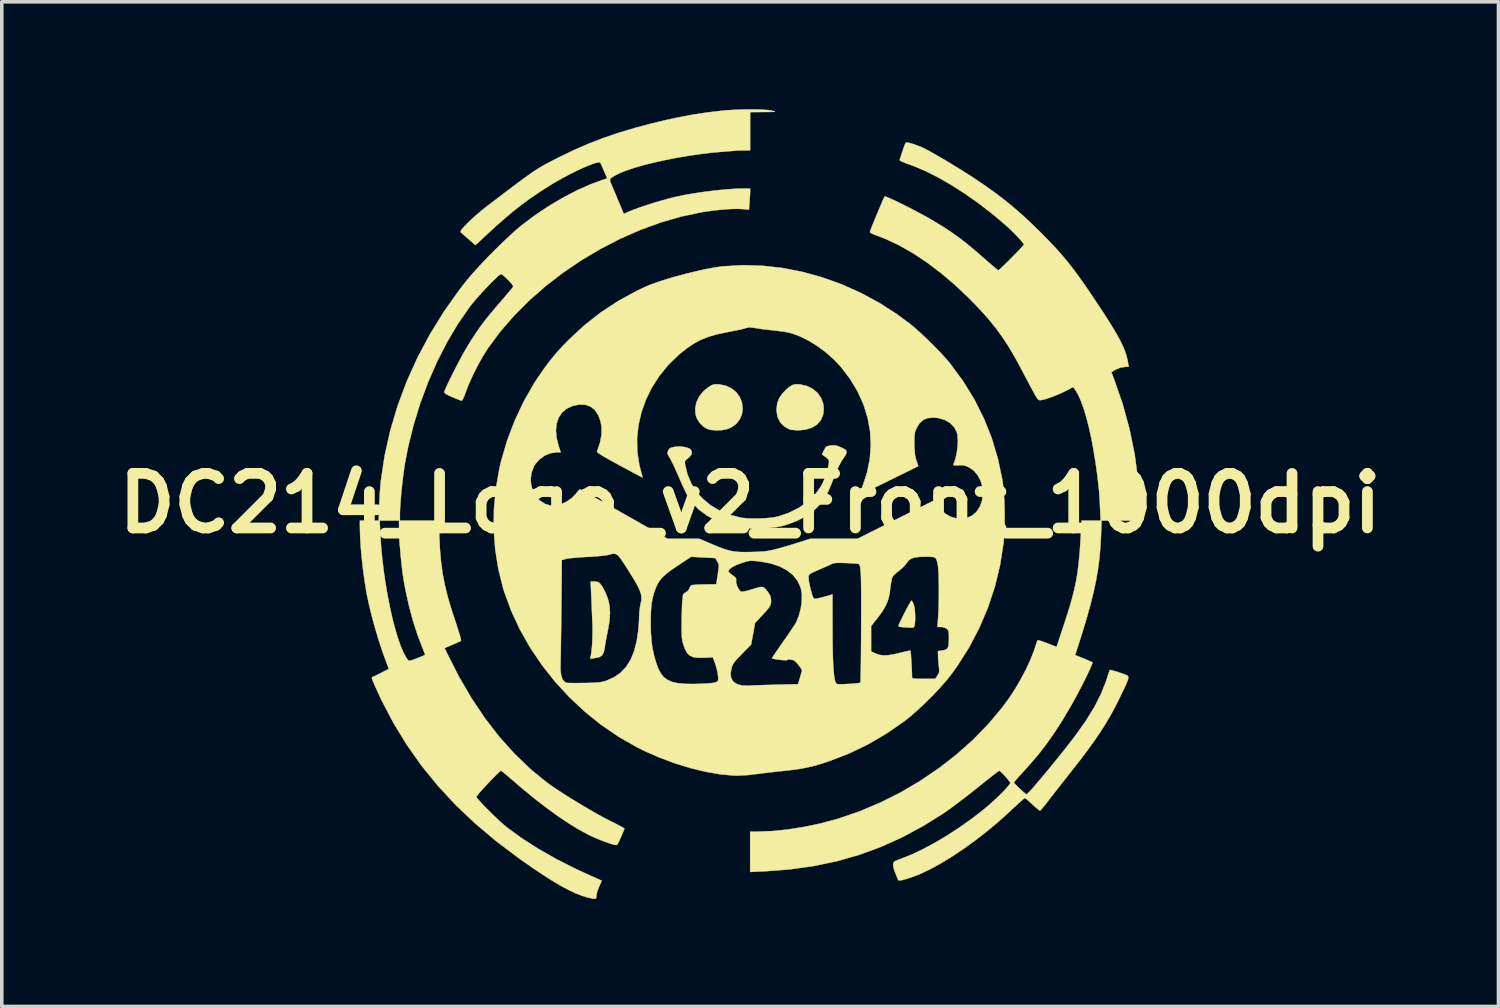
<source format=kicad_pcb>
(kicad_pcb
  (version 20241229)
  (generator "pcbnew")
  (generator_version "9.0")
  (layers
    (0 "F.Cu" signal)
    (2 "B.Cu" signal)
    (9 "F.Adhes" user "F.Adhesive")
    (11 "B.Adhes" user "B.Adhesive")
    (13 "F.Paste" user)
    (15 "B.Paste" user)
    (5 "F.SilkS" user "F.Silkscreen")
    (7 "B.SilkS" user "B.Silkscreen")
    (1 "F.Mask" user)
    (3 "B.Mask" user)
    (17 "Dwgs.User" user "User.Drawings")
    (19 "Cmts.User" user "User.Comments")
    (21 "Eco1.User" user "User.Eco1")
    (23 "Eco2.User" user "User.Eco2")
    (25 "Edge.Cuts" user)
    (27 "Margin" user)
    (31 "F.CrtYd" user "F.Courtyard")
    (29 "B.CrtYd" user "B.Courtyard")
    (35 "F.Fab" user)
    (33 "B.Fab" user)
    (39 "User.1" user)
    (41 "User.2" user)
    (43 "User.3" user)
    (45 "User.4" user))
  (footprint "DC214_Logo_v2_Front_1000dpi"
    (layer "F.Cu")
    (at 17.896 11.003)
    (property "Reference" "DC214_Logo_v2_Front_1000dpi" (at 0 0 0) (layer "F.SilkS") (effects (font (size 1.524 1.524) (thickness 0.3))))
    (attr through_hole)
    (fp_poly (pts (xy -0.898 -3.323) (xy -0.865 -3.321) (xy -0.677 -3.282) (xy -0.515 -3.205) (xy -0.383 -3.096) (xy -0.285 -2.959) (xy -0.226 -2.802) (xy -0.209 -2.629) (xy -0.229 -2.488) (xy -0.287 -2.348) (xy -0.385 -2.223) (xy -0.512 -2.126) (xy -0.633 -2.073) (xy -0.782 -2.043) (xy -0.942 -2.035) (xy -1.092 -2.048) (xy -1.181 -2.07) (xy -1.296 -2.134) (xy -1.4 -2.234) (xy -1.481 -2.355) (xy -1.523 -2.473) (xy -1.535 -2.647) (xy -1.499 -2.82) (xy -1.421 -2.983) (xy -1.304 -3.13) (xy -1.153 -3.251) (xy -1.124 -3.269) (xy -1.049 -3.307) (xy -0.982 -3.324) (xy -0.898 -3.323)) (stroke (width 0.01) (type solid)) (fill yes) (layer "F.SilkS"))
    (fp_poly (pts (xy 1.399 -3.319) (xy 1.586 -3.275) (xy 1.75 -3.193) (xy 1.884 -3.079) (xy 1.983 -2.938) (xy 2.042 -2.775) (xy 2.057 -2.636) (xy 2.036 -2.463) (xy 1.972 -2.317) (xy 1.869 -2.199) (xy 1.728 -2.112) (xy 1.552 -2.058) (xy 1.387 -2.04) (xy 1.265 -2.041) (xy 1.161 -2.05) (xy 1.098 -2.064) (xy 0.951 -2.145) (xy 0.84 -2.26) (xy 0.768 -2.406) (xy 0.738 -2.578) (xy 0.737 -2.618) (xy 0.755 -2.787) (xy 0.811 -2.937) (xy 0.911 -3.077) (xy 1.001 -3.169) (xy 1.098 -3.251) (xy 1.177 -3.301) (xy 1.255 -3.323) (xy 1.347 -3.324) (xy 1.399 -3.319)) (stroke (width 0.01) (type solid)) (fill yes) (layer "F.SilkS"))
    (fp_poly (pts (xy 4.525 2.739) (xy 4.555 2.792) (xy 4.565 2.813) (xy 4.585 2.89) (xy 4.6 3) (xy 4.608 3.127) (xy 4.608 3.252) (xy 4.6 3.359) (xy 4.591 3.41) (xy 4.582 3.441) (xy 4.569 3.46) (xy 4.545 3.471) (xy 4.499 3.474) (xy 4.422 3.471) (xy 4.305 3.463) (xy 4.274 3.461) (xy 4.199 3.452) (xy 4.151 3.438) (xy 4.14 3.428) (xy 4.151 3.395) (xy 4.181 3.328) (xy 4.224 3.237) (xy 4.276 3.132) (xy 4.332 3.021) (xy 4.387 2.916) (xy 4.437 2.824) (xy 4.476 2.756) (xy 4.499 2.721) (xy 4.503 2.718) (xy 4.525 2.739)) (stroke (width 0.01) (type solid)) (fill yes) (layer "F.SilkS"))
    (fp_poly (pts (xy -4.277 2.19) (xy -4.222 2.214) (xy -4.172 2.262) (xy -4.118 2.343) (xy -4.063 2.445) (xy -3.979 2.64) (xy -3.929 2.842) (xy -3.913 3.06) (xy -3.929 3.302) (xy -3.977 3.575) (xy -4.005 3.71) (xy -4.031 3.846) (xy -4.051 3.963) (xy -4.061 4.031) (xy -4.086 4.157) (xy -4.13 4.242) (xy -4.198 4.29) (xy -4.244 4.304) (xy -4.326 4.32) (xy -4.398 4.334) (xy -4.452 4.34) (xy -4.467 4.327) (xy -4.463 4.311) (xy -4.444 4.235) (xy -4.428 4.119) (xy -4.414 3.973) (xy -4.405 3.808) (xy -4.4 3.634) (xy -4.4 3.462) (xy -4.403 3.365) (xy -4.411 3.191) (xy -4.419 2.989) (xy -4.428 2.784) (xy -4.435 2.6) (xy -4.436 2.584) (xy -4.453 2.184) (xy -4.345 2.184) (xy -4.277 2.19)) (stroke (width 0.01) (type solid)) (fill yes) (layer "F.SilkS"))
    (fp_poly (pts (xy 2.422 -1.606) (xy 2.517 -1.57) (xy 2.537 -1.562) (xy 2.622 -1.52) (xy 2.67 -1.487) (xy 2.69 -1.453) (xy 2.692 -1.429) (xy 2.676 -1.369) (xy 2.637 -1.301) (xy 2.627 -1.289) (xy 2.553 -1.181) (xy 2.471 -1.027) (xy 2.382 -0.825) (xy 2.31 -0.644) (xy 2.259 -0.515) (xy 2.204 -0.386) (xy 2.154 -0.274) (xy 2.125 -0.217) (xy 1.984 -0.005) (xy 1.8 0.184) (xy 1.575 0.35) (xy 1.313 0.489) (xy 1.015 0.6) (xy 0.876 0.639) (xy 0.741 0.664) (xy 0.57 0.684) (xy 0.377 0.697) (xy 0.175 0.703) (xy -0.02 0.703) (xy -0.196 0.694) (xy -0.336 0.677) (xy -0.347 0.675) (xy -0.658 0.597) (xy -0.945 0.486) (xy -1.204 0.345) (xy -1.429 0.178) (xy -1.615 -0.012) (xy -1.703 -0.133) (xy -1.745 -0.205) (xy -1.8 -0.313) (xy -1.863 -0.446) (xy -1.93 -0.593) (xy -1.98 -0.708) (xy -2.044 -0.855) (xy -2.106 -0.994) (xy -2.163 -1.115) (xy -2.21 -1.208) (xy -2.237 -1.256) (xy -2.283 -1.332) (xy -2.305 -1.382) (xy -2.306 -1.423) (xy -2.288 -1.471) (xy -2.282 -1.484) (xy -2.257 -1.522) (xy -2.217 -1.548) (xy -2.149 -1.568) (xy -2.05 -1.584) (xy -1.969 -1.587) (xy -1.872 -1.577) (xy -1.778 -1.558) (xy -1.702 -1.533) (xy -1.663 -1.508) (xy -1.627 -1.429) (xy -1.641 -1.352) (xy -1.706 -1.279) (xy -1.729 -1.261) (xy -1.791 -1.214) (xy -1.818 -1.177) (xy -1.822 -1.13) (xy -1.816 -1.083) (xy -1.748 -0.798) (xy -1.633 -0.534) (xy -1.473 -0.293) (xy -1.346 -0.15) (xy -1.118 0.046) (xy -0.857 0.204) (xy -0.567 0.324) (xy -0.254 0.402) (xy -0.223 0.407) (xy -0.085 0.421) (xy 0.082 0.427) (xy 0.264 0.425) (xy 0.445 0.416) (xy 0.61 0.4) (xy 0.745 0.377) (xy 0.775 0.37) (xy 1.081 0.266) (xy 1.357 0.129) (xy 1.599 -0.039) (xy 1.804 -0.235) (xy 1.967 -0.455) (xy 2.037 -0.59) (xy 2.103 -0.754) (xy 2.158 -0.923) (xy 2.192 -1.076) (xy 2.195 -1.095) (xy 2.202 -1.15) (xy 2.2 -1.191) (xy 2.181 -1.226) (xy 2.14 -1.265) (xy 2.068 -1.32) (xy 2.011 -1.361) (xy 2.016 -1.385) (xy 2.039 -1.436) (xy 2.071 -1.497) (xy 2.104 -1.552) (xy 2.129 -1.584) (xy 2.131 -1.586) (xy 2.169 -1.598) (xy 2.237 -1.611) (xy 2.268 -1.616) (xy 2.346 -1.62) (xy 2.422 -1.606)) (stroke (width 0.01) (type solid)) (fill yes) (layer "F.SilkS"))
    (fp_poly (pts (xy 4.454 -10.06) (xy 4.555 -10.031) (xy 4.675 -9.988) (xy 4.804 -9.935) (xy 4.833 -9.922) (xy 4.912 -9.883) (xy 5.025 -9.822) (xy 5.16 -9.746) (xy 5.308 -9.661) (xy 5.459 -9.572) (xy 5.474 -9.563) (xy 5.863 -9.326) (xy 6.213 -9.104) (xy 6.53 -8.891) (xy 6.822 -8.684) (xy 7.094 -8.477) (xy 7.355 -8.264) (xy 7.611 -8.041) (xy 7.868 -7.801) (xy 8.13 -7.545) (xy 8.328 -7.344) (xy 8.507 -7.155) (xy 8.673 -6.971) (xy 8.83 -6.785) (xy 8.985 -6.591) (xy 9.143 -6.38) (xy 9.31 -6.145) (xy 9.492 -5.88) (xy 9.671 -5.613) (xy 9.857 -5.332) (xy 10.015 -5.086) (xy 10.147 -4.872) (xy 10.256 -4.685) (xy 10.345 -4.52) (xy 10.415 -4.374) (xy 10.469 -4.241) (xy 10.51 -4.116) (xy 10.539 -3.996) (xy 10.553 -3.918) (xy 10.571 -3.81) (xy 10.484 -3.81) (xy 10.343 -3.79) (xy 10.205 -3.734) (xy 10.156 -3.704) (xy 10.088 -3.657) (xy 10.159 -3.473) (xy 10.401 -2.777) (xy 10.594 -2.073) (xy 10.739 -1.356) (xy 10.837 -0.625) (xy 10.887 0.07) (xy 10.904 0.483) (xy 9.812 0.483) (xy 9.797 0.921) (xy 9.78 1.233) (xy 9.753 1.537) (xy 9.714 1.839) (xy 9.661 2.147) (xy 9.593 2.469) (xy 9.508 2.811) (xy 9.406 3.18) (xy 9.284 3.584) (xy 9.211 3.815) (xy 9.075 4.239) (xy 9.306 4.331) (xy 9.407 4.373) (xy 9.49 4.409) (xy 9.544 4.434) (xy 9.558 4.443) (xy 9.554 4.471) (xy 9.528 4.538) (xy 9.485 4.637) (xy 9.427 4.761) (xy 9.357 4.905) (xy 9.278 5.061) (xy 9.194 5.224) (xy 9.107 5.388) (xy 9.021 5.545) (xy 8.954 5.664) (xy 8.719 6.06) (xy 8.49 6.416) (xy 8.261 6.74) (xy 8.027 7.041) (xy 7.78 7.327) (xy 7.715 7.398) (xy 7.609 7.514) (xy 7.517 7.617) (xy 7.442 7.702) (xy 7.39 7.764) (xy 7.367 7.795) (xy 7.366 7.797) (xy 7.384 7.823) (xy 7.429 7.872) (xy 7.493 7.935) (xy 7.564 8.002) (xy 7.632 8.063) (xy 7.687 8.108) (xy 7.718 8.128) (xy 7.719 8.128) (xy 7.745 8.109) (xy 7.799 8.054) (xy 7.877 7.968) (xy 7.974 7.856) (xy 8.089 7.722) (xy 8.215 7.571) (xy 8.351 7.407) (xy 8.492 7.234) (xy 8.634 7.058) (xy 8.775 6.882) (xy 8.909 6.711) (xy 9.033 6.55) (xy 9.098 6.464) (xy 9.378 6.069) (xy 9.611 5.69) (xy 9.796 5.326) (xy 9.935 4.978) (xy 9.947 4.94) (xy 9.983 4.83) (xy 10.013 4.739) (xy 10.035 4.677) (xy 10.043 4.655) (xy 10.071 4.657) (xy 10.134 4.672) (xy 10.22 4.697) (xy 10.314 4.728) (xy 10.407 4.759) (xy 10.483 4.788) (xy 10.531 4.81) (xy 10.54 4.816) (xy 10.555 4.836) (xy 10.561 4.864) (xy 10.555 4.905) (xy 10.536 4.965) (xy 10.501 5.049) (xy 10.449 5.162) (xy 10.378 5.311) (xy 10.298 5.474) (xy 10.178 5.712) (xy 10.054 5.938) (xy 9.924 6.159) (xy 9.782 6.383) (xy 9.625 6.615) (xy 9.446 6.863) (xy 9.244 7.132) (xy 9.011 7.43) (xy 8.952 7.506) (xy 8.825 7.666) (xy 8.697 7.83) (xy 8.573 7.988) (xy 8.461 8.131) (xy 8.369 8.249) (xy 8.322 8.311) (xy 8.245 8.411) (xy 8.177 8.494) (xy 8.125 8.554) (xy 8.096 8.583) (xy 8.094 8.584) (xy 8.067 8.568) (xy 8.013 8.524) (xy 7.939 8.46) (xy 7.881 8.407) (xy 7.8 8.333) (xy 7.732 8.274) (xy 7.685 8.238) (xy 7.671 8.23) (xy 7.647 8.246) (xy 7.592 8.293) (xy 7.512 8.365) (xy 7.411 8.456) (xy 7.295 8.563) (xy 7.238 8.617) (xy 6.933 8.892) (xy 6.615 9.158) (xy 6.29 9.411) (xy 5.962 9.648) (xy 5.638 9.864) (xy 5.324 10.055) (xy 5.025 10.219) (xy 4.746 10.351) (xy 4.496 10.447) (xy 4.357 10.491) (xy 4.259 10.519) (xy 4.194 10.531) (xy 4.154 10.53) (xy 4.132 10.515) (xy 4.124 10.499) (xy 4.106 10.451) (xy 4.075 10.375) (xy 4.046 10.303) (xy 4.014 10.211) (xy 3.995 10.126) (xy 3.993 10.078) (xy 4 10.042) (xy 4.018 10.014) (xy 4.056 9.988) (xy 4.124 9.959) (xy 4.229 9.92) (xy 4.52 9.804) (xy 4.836 9.653) (xy 5.168 9.474) (xy 5.508 9.271) (xy 5.849 9.049) (xy 6.182 8.813) (xy 6.498 8.569) (xy 6.591 8.492) (xy 6.717 8.384) (xy 6.842 8.269) (xy 6.962 8.156) (xy 7.069 8.048) (xy 7.158 7.952) (xy 7.223 7.875) (xy 7.259 7.822) (xy 7.264 7.806) (xy 7.248 7.774) (xy 7.205 7.718) (xy 7.147 7.65) (xy 7.082 7.58) (xy 7.022 7.519) (xy 6.976 7.478) (xy 6.956 7.468) (xy 6.931 7.483) (xy 6.872 7.527) (xy 6.783 7.594) (xy 6.671 7.682) (xy 6.539 7.787) (xy 6.393 7.903) (xy 6.343 7.944) (xy 6.172 8.08) (xy 5.994 8.219) (xy 5.818 8.353) (xy 5.654 8.476) (xy 5.51 8.58) (xy 5.402 8.655) (xy 4.825 9.015) (xy 4.242 9.328) (xy 3.651 9.595) (xy 3.046 9.816) (xy 2.424 9.994) (xy 1.782 10.128) (xy 1.114 10.222) (xy 0.418 10.276) (xy 0.387 10.277) (xy 0 10.295) (xy 0 9.169) (xy 0.197 9.169) (xy 0.603 9.154) (xy 1.038 9.11) (xy 1.488 9.039) (xy 1.942 8.945) (xy 2.388 8.828) (xy 2.477 8.801) (xy 3.065 8.599) (xy 3.644 8.354) (xy 4.207 8.071) (xy 4.75 7.751) (xy 5.27 7.398) (xy 5.762 7.016) (xy 6.221 6.607) (xy 6.643 6.174) (xy 7.024 5.721) (xy 7.244 5.423) (xy 7.405 5.175) (xy 7.56 4.909) (xy 7.703 4.637) (xy 7.826 4.371) (xy 7.924 4.123) (xy 7.964 4) (xy 7.991 3.918) (xy 8.013 3.855) (xy 8.026 3.829) (xy 8.04 3.824) (xy 8.071 3.829) (xy 8.126 3.846) (xy 8.212 3.876) (xy 8.334 3.923) (xy 8.425 3.959) (xy 8.557 4.011) (xy 8.785 3.32) (xy 8.889 2.997) (xy 8.974 2.709) (xy 9.043 2.444) (xy 9.098 2.189) (xy 9.141 1.934) (xy 9.175 1.666) (xy 9.202 1.374) (xy 9.224 1.045) (xy 9.225 1.022) (xy 9.256 0.483) (xy 9.521 0.483) (xy 9.787 0.483) (xy 9.769 0.095) (xy 9.763 -0.046) (xy 9.756 -0.172) (xy 9.75 -0.274) (xy 9.744 -0.34) (xy 9.743 -0.356) (xy 9.735 -0.415) (xy 9.725 -0.503) (xy 9.717 -0.584) (xy 9.697 -0.764) (xy 9.668 -0.978) (xy 9.632 -1.213) (xy 9.593 -1.453) (xy 9.552 -1.684) (xy 9.522 -1.837) (xy 9.457 -2.131) (xy 9.387 -2.402) (xy 9.313 -2.645) (xy 9.238 -2.855) (xy 9.162 -3.026) (xy 9.088 -3.153) (xy 9.078 -3.166) (xy 9.019 -3.246) (xy 8.826 -3.144) (xy 8.683 -3.075) (xy 8.526 -3.008) (xy 8.372 -2.95) (xy 8.235 -2.906) (xy 8.148 -2.885) (xy 8.087 -2.878) (xy 8.048 -2.892) (xy 8.011 -2.936) (xy 7.993 -2.964) (xy 7.965 -3.012) (xy 7.918 -3.097) (xy 7.854 -3.214) (xy 7.778 -3.356) (xy 7.693 -3.516) (xy 7.603 -3.688) (xy 7.585 -3.721) (xy 7.405 -4.055) (xy 7.231 -4.352) (xy 7.057 -4.621) (xy 6.875 -4.873) (xy 6.677 -5.119) (xy 6.455 -5.369) (xy 6.202 -5.634) (xy 6.109 -5.728) (xy 5.723 -6.094) (xy 5.33 -6.428) (xy 4.934 -6.727) (xy 4.539 -6.989) (xy 4.15 -7.209) (xy 3.771 -7.386) (xy 3.556 -7.468) (xy 3.453 -7.507) (xy 3.381 -7.542) (xy 3.346 -7.569) (xy 3.344 -7.575) (xy 3.355 -7.609) (xy 3.382 -7.681) (xy 3.421 -7.781) (xy 3.47 -7.901) (xy 3.524 -8.032) (xy 3.58 -8.166) (xy 3.634 -8.293) (xy 3.682 -8.406) (xy 3.722 -8.495) (xy 3.748 -8.551) (xy 3.757 -8.567) (xy 3.785 -8.563) (xy 3.852 -8.537) (xy 3.951 -8.494) (xy 4.075 -8.436) (xy 4.219 -8.366) (xy 4.376 -8.287) (xy 4.54 -8.203) (xy 4.704 -8.117) (xy 4.863 -8.031) (xy 5.01 -7.949) (xy 5.029 -7.938) (xy 5.332 -7.757) (xy 5.608 -7.577) (xy 5.872 -7.388) (xy 6.137 -7.179) (xy 6.416 -6.941) (xy 6.445 -6.915) (xy 6.575 -6.801) (xy 6.693 -6.699) (xy 6.792 -6.614) (xy 6.869 -6.55) (xy 6.917 -6.511) (xy 6.93 -6.502) (xy 6.954 -6.52) (xy 7.006 -6.567) (xy 7.079 -6.637) (xy 7.168 -6.724) (xy 7.265 -6.82) (xy 7.363 -6.92) (xy 7.456 -7.015) (xy 7.538 -7.1) (xy 7.6 -7.167) (xy 7.638 -7.211) (xy 7.645 -7.223) (xy 7.628 -7.258) (xy 7.579 -7.32) (xy 7.506 -7.402) (xy 7.414 -7.498) (xy 7.312 -7.601) (xy 7.204 -7.704) (xy 7.116 -7.783) (xy 6.752 -8.089) (xy 6.378 -8.377) (xy 6 -8.643) (xy 5.625 -8.883) (xy 5.258 -9.095) (xy 4.906 -9.273) (xy 4.573 -9.414) (xy 4.45 -9.459) (xy 4.33 -9.502) (xy 4.239 -9.54) (xy 4.185 -9.57) (xy 4.173 -9.585) (xy 4.185 -9.621) (xy 4.209 -9.692) (xy 4.24 -9.786) (xy 4.254 -9.83) (xy 4.287 -9.929) (xy 4.317 -10.009) (xy 4.339 -10.059) (xy 4.344 -10.067) (xy 4.38 -10.073) (xy 4.454 -10.06)) (stroke (width 0.01) (type solid)) (fill yes) (layer "F.SilkS"))
    (fp_poly (pts (xy 0.197 -10.996) (xy 0.368 -10.99) (xy 0.507 -10.979) (xy 0.605 -10.964) (xy 0.61 -10.962) (xy 0.662 -10.949) (xy 0.69 -10.939) (xy 0.69 -10.933) (xy 0.655 -10.929) (xy 0.583 -10.927) (xy 0.467 -10.926) (xy 0.375 -10.925) (xy 0 -10.922) (xy 0 -9.855) (xy -0.184 -9.853) (xy -0.288 -9.851) (xy -0.382 -9.848) (xy -0.445 -9.843) (xy -0.504 -9.837) (xy -0.598 -9.83) (xy -0.709 -9.821) (xy -0.749 -9.818) (xy -1.062 -9.791) (xy -1.386 -9.752) (xy -1.715 -9.704) (xy -2.043 -9.648) (xy -2.364 -9.586) (xy -2.671 -9.518) (xy -2.958 -9.446) (xy -3.219 -9.372) (xy -3.447 -9.297) (xy -3.636 -9.222) (xy -3.758 -9.161) (xy -3.847 -9.109) (xy -3.897 -9.069) (xy -3.915 -9.031) (xy -3.907 -8.984) (xy -3.886 -8.933) (xy -3.86 -8.872) (xy -3.82 -8.776) (xy -3.768 -8.655) (xy -3.712 -8.52) (xy -3.684 -8.454) (xy -3.528 -8.081) (xy -3.383 -8.145) (xy -3.256 -8.197) (xy -3.091 -8.257) (xy -2.901 -8.321) (xy -2.698 -8.386) (xy -2.493 -8.447) (xy -2.299 -8.502) (xy -2.127 -8.546) (xy -2.083 -8.556) (xy -1.813 -8.612) (xy -1.518 -8.662) (xy -1.211 -8.706) (xy -0.904 -8.742) (xy -0.611 -8.769) (xy -0.344 -8.785) (xy -0.173 -8.788) (xy 0 -8.788) (xy -0.000153 -8.706) (xy -0.002 -8.641) (xy -0.008 -8.545) (xy -0.015 -8.435) (xy -0.017 -8.411) (xy -0.033 -8.2) (xy -0.226 -8.216) (xy -0.373 -8.222) (xy -0.557 -8.216) (xy -0.77 -8.201) (xy -0.998 -8.178) (xy -1.231 -8.146) (xy -1.354 -8.127) (xy -1.926 -8.006) (xy -2.5 -7.84) (xy -3.071 -7.631) (xy -3.634 -7.384) (xy -4.185 -7.099) (xy -4.719 -6.782) (xy -5.232 -6.433) (xy -5.719 -6.057) (xy -6.176 -5.656) (xy -6.597 -5.233) (xy -6.98 -4.791) (xy -7.317 -4.334) (xy -7.345 -4.293) (xy -7.475 -4.083) (xy -7.607 -3.847) (xy -7.731 -3.6) (xy -7.841 -3.359) (xy -7.929 -3.138) (xy -7.938 -3.111) (xy -7.985 -2.986) (xy -8.023 -2.903) (xy -8.052 -2.866) (xy -8.059 -2.864) (xy -8.096 -2.876) (xy -8.167 -2.904) (xy -8.261 -2.942) (xy -8.32 -2.967) (xy -8.428 -3.015) (xy -8.495 -3.051) (xy -8.53 -3.08) (xy -8.539 -3.106) (xy -8.539 -3.113) (xy -8.523 -3.16) (xy -8.486 -3.244) (xy -8.434 -3.358) (xy -8.368 -3.492) (xy -8.294 -3.641) (xy -8.215 -3.796) (xy -8.135 -3.95) (xy -8.057 -4.095) (xy -7.987 -4.223) (xy -7.932 -4.318) (xy -7.796 -4.541) (xy -7.67 -4.736) (xy -7.546 -4.916) (xy -7.414 -5.093) (xy -7.265 -5.278) (xy -7.092 -5.483) (xy -7.041 -5.543) (xy -6.927 -5.674) (xy -6.825 -5.794) (xy -6.738 -5.897) (xy -6.671 -5.976) (xy -6.63 -6.027) (xy -6.619 -6.041) (xy -6.622 -6.075) (xy -6.661 -6.132) (xy -6.738 -6.217) (xy -6.759 -6.238) (xy -6.834 -6.311) (xy -6.899 -6.366) (xy -6.943 -6.397) (xy -6.953 -6.401) (xy -6.988 -6.383) (xy -7.049 -6.332) (xy -7.132 -6.254) (xy -7.232 -6.156) (xy -7.341 -6.044) (xy -7.455 -5.922) (xy -7.568 -5.798) (xy -7.674 -5.677) (xy -7.767 -5.566) (xy -7.829 -5.486) (xy -8.154 -5.019) (xy -8.457 -4.51) (xy -8.735 -3.968) (xy -8.986 -3.398) (xy -9.207 -2.807) (xy -9.394 -2.201) (xy -9.547 -1.587) (xy -9.638 -1.118) (xy -9.666 -0.935) (xy -9.693 -0.729) (xy -9.719 -0.509) (xy -9.741 -0.288) (xy -9.759 -0.079) (xy -9.772 0.108) (xy -9.779 0.261) (xy -9.779 0.302) (xy -9.779 0.483) (xy -8.695 0.483) (xy -8.679 0.933) (xy -8.66 1.307) (xy -8.63 1.648) (xy -8.585 1.971) (xy -8.523 2.289) (xy -8.443 2.615) (xy -8.34 2.962) (xy -8.254 3.225) (xy -8.2 3.39) (xy -8.152 3.538) (xy -8.114 3.664) (xy -8.086 3.761) (xy -8.072 3.821) (xy -8.072 3.838) (xy -8.102 3.855) (xy -8.167 3.886) (xy -8.257 3.926) (xy -8.311 3.949) (xy -8.532 4.043) (xy -8.463 4.187) (xy -8.133 4.838) (xy -7.779 5.444) (xy -7.403 6.005) (xy -7.004 6.521) (xy -6.582 6.992) (xy -6.136 7.42) (xy -5.693 7.784) (xy -5.563 7.878) (xy -5.397 7.991) (xy -5.204 8.116) (xy -4.993 8.249) (xy -4.773 8.383) (xy -4.553 8.514) (xy -4.343 8.636) (xy -4.151 8.744) (xy -3.986 8.831) (xy -3.921 8.863) (xy -3.789 8.929) (xy -3.674 8.988) (xy -3.585 9.036) (xy -3.527 9.071) (xy -3.509 9.088) (xy -3.586 9.272) (xy -3.647 9.409) (xy -3.692 9.498) (xy -3.72 9.54) (xy -3.724 9.542) (xy -3.767 9.541) (xy -3.847 9.521) (xy -3.956 9.486) (xy -4.084 9.44) (xy -4.222 9.386) (xy -4.362 9.327) (xy -4.494 9.265) (xy -4.508 9.258) (xy -4.768 9.119) (xy -5.054 8.945) (xy -5.362 8.739) (xy -5.685 8.504) (xy -6.02 8.246) (xy -6.359 7.968) (xy -6.535 7.817) (xy -6.655 7.713) (xy -6.764 7.621) (xy -6.854 7.546) (xy -6.919 7.494) (xy -6.954 7.469) (xy -6.958 7.468) (xy -6.984 7.485) (xy -7.038 7.534) (xy -7.112 7.607) (xy -7.199 7.696) (xy -7.294 7.795) (xy -7.39 7.896) (xy -7.479 7.993) (xy -7.555 8.079) (xy -7.612 8.146) (xy -7.642 8.188) (xy -7.645 8.196) (xy -7.628 8.227) (xy -7.579 8.286) (xy -7.505 8.367) (xy -7.412 8.465) (xy -7.306 8.572) (xy -7.193 8.683) (xy -7.08 8.793) (xy -6.972 8.893) (xy -6.875 8.98) (xy -6.796 9.046) (xy -6.794 9.048) (xy -6.381 9.35) (xy -5.923 9.644) (xy -5.418 9.931) (xy -4.865 10.212) (xy -4.262 10.486) (xy -4.249 10.492) (xy -4.142 10.538) (xy -4.217 10.704) (xy -4.256 10.802) (xy -4.283 10.894) (xy -4.293 10.96) (xy -4.295 11.009) (xy -4.309 11.037) (xy -4.345 11.045) (xy -4.41 11.036) (xy -4.514 11.012) (xy -4.521 11.011) (xy -4.685 10.963) (xy -4.863 10.894) (xy -5.058 10.804) (xy -5.272 10.689) (xy -5.511 10.549) (xy -5.776 10.38) (xy -6.072 10.182) (xy -6.402 9.952) (xy -6.456 9.913) (xy -7.09 9.436) (xy -7.677 8.941) (xy -8.219 8.427) (xy -8.717 7.891) (xy -9.171 7.333) (xy -9.583 6.751) (xy -9.955 6.143) (xy -10.288 5.508) (xy -10.438 5.185) (xy -10.495 5.056) (xy -10.533 4.967) (xy -10.555 4.908) (xy -10.562 4.874) (xy -10.556 4.857) (xy -10.54 4.848) (xy -10.535 4.847) (xy -10.499 4.832) (xy -10.431 4.799) (xy -10.341 4.755) (xy -10.295 4.731) (xy -10.088 4.624) (xy -10.159 4.439) (xy -10.267 4.142) (xy -10.374 3.816) (xy -10.475 3.477) (xy -10.568 3.138) (xy -10.646 2.814) (xy -10.708 2.519) (xy -10.716 2.477) (xy -10.765 2.17) (xy -10.809 1.848) (xy -10.845 1.524) (xy -10.873 1.209) (xy -10.89 0.917) (xy -10.897 0.662) (xy -10.897 0.658) (xy -10.897 0.483) (xy -10.371 0.483) (xy -10.344 0.483) (xy -10.327 0.845) (xy -10.306 1.184) (xy -10.274 1.532) (xy -10.232 1.881) (xy -10.182 2.228) (xy -10.124 2.568) (xy -10.06 2.895) (xy -9.991 3.204) (xy -9.917 3.49) (xy -9.84 3.749) (xy -9.762 3.975) (xy -9.682 4.163) (xy -9.603 4.309) (xy -9.557 4.373) (xy -9.536 4.391) (xy -9.509 4.397) (xy -9.463 4.388) (xy -9.39 4.363) (xy -9.304 4.33) (xy -9.208 4.291) (xy -9.132 4.26) (xy -9.086 4.239) (xy -9.078 4.235) (xy -9.083 4.209) (xy -9.104 4.148) (xy -9.138 4.063) (xy -9.154 4.024) (xy -9.293 3.66) (xy -9.421 3.259) (xy -9.534 2.831) (xy -9.629 2.391) (xy -9.664 2.201) (xy -9.684 2.078) (xy -9.702 1.961) (xy -9.717 1.841) (xy -9.733 1.71) (xy -9.748 1.557) (xy -9.765 1.374) (xy -9.784 1.152) (xy -9.79 1.079) (xy -9.795 0.994) (xy -9.8 0.879) (xy -9.802 0.755) (xy -9.803 0.718) (xy -9.804 0.483) (xy -10.344 0.483) (xy -10.371 0.483) (xy -10.355 0.044) (xy -10.348 -0.121) (xy -10.339 -0.289) (xy -10.328 -0.443) (xy -10.318 -0.571) (xy -10.313 -0.622) (xy -10.206 -1.33) (xy -10.049 -2.03) (xy -9.843 -2.721) (xy -9.59 -3.401) (xy -9.288 -4.068) (xy -8.94 -4.721) (xy -8.547 -5.357) (xy -8.108 -5.974) (xy -7.93 -6.203) (xy -7.805 -6.353) (xy -7.651 -6.526) (xy -7.476 -6.715) (xy -7.286 -6.912) (xy -7.09 -7.109) (xy -6.895 -7.3) (xy -6.709 -7.475) (xy -6.541 -7.627) (xy -6.397 -7.749) (xy -6.388 -7.756) (xy -6.016 -8.036) (xy -5.628 -8.296) (xy -5.234 -8.53) (xy -4.841 -8.735) (xy -4.459 -8.905) (xy -4.161 -9.015) (xy -3.991 -9.071) (xy -4.078 -9.275) (xy -4.12 -9.371) (xy -4.156 -9.452) (xy -4.18 -9.504) (xy -4.185 -9.513) (xy -4.218 -9.523) (xy -4.29 -9.51) (xy -4.394 -9.477) (xy -4.526 -9.426) (xy -4.678 -9.361) (xy -4.846 -9.283) (xy -5.023 -9.195) (xy -5.205 -9.099) (xy -5.384 -8.999) (xy -5.557 -8.898) (xy -5.605 -8.867) (xy -5.888 -8.686) (xy -6.145 -8.511) (xy -6.387 -8.333) (xy -6.626 -8.145) (xy -6.871 -7.938) (xy -7.134 -7.704) (xy -7.263 -7.585) (xy -7.672 -7.208) (xy -7.868 -7.381) (xy -7.952 -7.455) (xy -8.023 -7.517) (xy -8.072 -7.559) (xy -8.087 -7.573) (xy -8.084 -7.601) (xy -8.046 -7.656) (xy -7.979 -7.732) (xy -7.888 -7.826) (xy -7.778 -7.931) (xy -7.654 -8.042) (xy -7.522 -8.155) (xy -7.387 -8.265) (xy -7.327 -8.311) (xy -7.061 -8.513) (xy -6.832 -8.687) (xy -6.635 -8.836) (xy -6.465 -8.963) (xy -6.32 -9.07) (xy -6.194 -9.161) (xy -6.084 -9.238) (xy -5.984 -9.305) (xy -5.892 -9.363) (xy -5.803 -9.416) (xy -5.713 -9.467) (xy -5.617 -9.518) (xy -5.511 -9.573) (xy -5.392 -9.633) (xy -5.334 -9.663) (xy -4.918 -9.864) (xy -4.506 -10.043) (xy -4.085 -10.205) (xy -3.644 -10.354) (xy -3.172 -10.494) (xy -2.794 -10.594) (xy -2.359 -10.7) (xy -1.957 -10.786) (xy -1.571 -10.857) (xy -1.189 -10.914) (xy -0.8 -10.96) (xy -0.613 -10.976) (xy -0.41 -10.988) (xy -0.201 -10.995) (xy 0.004 -10.998) (xy 0.197 -10.996)) (stroke (width 0.01) (type solid)) (fill yes) (layer "F.SilkS"))
    (fp_poly (pts (xy 0.339 -6.633) (xy 0.899 -6.571) (xy 1.458 -6.462) (xy 2.013 -6.309) (xy 2.559 -6.113) (xy 3.092 -5.874) (xy 3.609 -5.595) (xy 4.105 -5.276) (xy 4.47 -5.005) (xy 4.619 -4.881) (xy 4.788 -4.728) (xy 4.968 -4.557) (xy 5.149 -4.378) (xy 5.321 -4.2) (xy 5.473 -4.033) (xy 5.596 -3.888) (xy 5.597 -3.886) (xy 5.954 -3.4) (xy 6.265 -2.892) (xy 6.529 -2.364) (xy 6.747 -1.817) (xy 6.917 -1.252) (xy 7.04 -0.669) (xy 7.049 -0.61) (xy 7.073 -0.42) (xy 7.09 -0.193) (xy 7.102 0.058) (xy 7.107 0.32) (xy 7.106 0.58) (xy 7.098 0.826) (xy 7.083 1.043) (xy 7.075 1.114) (xy 6.979 1.726) (xy 6.835 2.325) (xy 6.642 2.908) (xy 6.403 3.473) (xy 6.118 4.018) (xy 5.787 4.541) (xy 5.622 4.771) (xy 5.478 4.951) (xy 5.303 5.15) (xy 5.106 5.359) (xy 4.898 5.567) (xy 4.688 5.764) (xy 4.487 5.941) (xy 4.305 6.086) (xy 3.808 6.43) (xy 3.299 6.728) (xy 2.769 6.983) (xy 2.212 7.199) (xy 2.07 7.247) (xy 1.891 7.302) (xy 1.724 7.348) (xy 1.559 7.385) (xy 1.382 7.417) (xy 1.181 7.445) (xy 0.946 7.472) (xy 0.864 7.48) (xy 0.701 7.498) (xy 0.531 7.517) (xy 0.372 7.536) (xy 0.241 7.553) (xy 0.216 7.556) (xy -0.064 7.589) (xy -0.311 7.603) (xy -0.483 7.601) (xy -0.854 7.565) (xy -1.252 7.495) (xy -1.667 7.394) (xy -2.09 7.264) (xy -2.511 7.108) (xy -2.922 6.93) (xy -3.167 6.808) (xy -3.675 6.518) (xy -4.16 6.186) (xy -4.619 5.817) (xy -5.05 5.413) (xy -5.449 4.979) (xy -5.71 4.649) (xy -5.296 4.649) (xy -5.277 4.807) (xy -5.237 4.92) (xy -5.176 4.99) (xy -5.122 5.013) (xy -5.079 5.017) (xy -4.995 5.019) (xy -4.88 5.02) (xy -4.742 5.019) (xy -4.623 5.018) (xy -4.452 5.014) (xy -4.322 5.009) (xy -4.223 5.001) (xy -4.143 4.989) (xy -4.074 4.972) (xy -4.014 4.954) (xy -3.798 4.858) (xy -3.615 4.73) (xy -3.461 4.567) (xy -3.336 4.366) (xy -3.238 4.126) (xy -3.167 3.845) (xy -3.126 3.572) (xy -3.113 3.439) (xy -3.106 3.327) (xy -2.777 3.327) (xy -2.772 3.601) (xy -2.755 3.837) (xy -2.726 4.052) (xy -2.681 4.258) (xy -2.629 4.441) (xy -2.568 4.609) (xy -2.498 4.744) (xy -2.415 4.85) (xy -2.311 4.93) (xy -2.183 4.987) (xy -2.023 5.023) (xy -1.827 5.042) (xy -1.589 5.046) (xy -1.486 5.044) (xy -1.339 5.039) (xy -1.203 5.031) (xy -1.09 5.022) (xy -1.009 5.011) (xy -0.984 5.005) (xy -0.922 4.982) (xy -0.895 4.95) (xy -0.89 4.891) (xy -0.89 4.882) (xy -0.909 4.713) (xy -0.965 4.51) (xy -0.991 4.437) (xy -1.042 4.3) (xy -1.279 4.312) (xy -1.452 4.314) (xy -1.584 4.297) (xy -1.683 4.254) (xy -1.759 4.18) (xy -1.82 4.07) (xy -1.871 3.924) (xy -1.889 3.86) (xy -1.901 3.79) (xy -1.908 3.707) (xy -1.912 3.599) (xy -1.913 3.458) (xy -1.912 3.302) (xy -1.91 3.147) (xy -1.906 3.005) (xy -1.903 2.886) (xy -1.898 2.799) (xy -1.895 2.756) (xy -1.885 2.67) (xy -1.881 2.602) (xy -1.87 2.542) (xy -1.828 2.503) (xy -1.798 2.487) (xy -1.724 2.433) (xy -1.692 2.369) (xy -1.662 2.305) (xy -1.616 2.283) (xy -1.552 2.278) (xy -1.524 2.275) (xy -1.484 2.272) (xy -1.405 2.269) (xy -1.301 2.267) (xy -1.216 2.265) (xy -0.946 2.261) (xy -0.904 1.992) (xy -0.891 1.901) (xy -0.61 1.901) (xy -0.59 1.929) (xy -0.54 1.973) (xy -0.493 2.008) (xy -0.426 2.059) (xy -0.394 2.097) (xy -0.389 2.135) (xy -0.392 2.15) (xy -0.391 2.218) (xy -0.366 2.304) (xy -0.325 2.387) (xy -0.278 2.448) (xy -0.261 2.46) (xy -0.225 2.468) (xy -0.167 2.463) (xy -0.079 2.442) (xy 0.048 2.405) (xy 0.064 2.4) (xy 0.19 2.361) (xy 0.279 2.339) (xy 0.342 2.336) (xy 0.39 2.355) (xy 0.436 2.4) (xy 0.491 2.471) (xy 0.512 2.499) (xy 0.564 2.589) (xy 0.583 2.683) (xy 0.584 2.718) (xy 0.582 2.777) (xy 0.571 2.828) (xy 0.546 2.88) (xy 0.503 2.942) (xy 0.436 3.021) (xy 0.34 3.126) (xy 0.305 3.163) (xy 0.138 3.341) (xy 0.083 3.643) (xy 0.028 3.944) (xy -0.225 4.201) (xy -0.328 4.308) (xy -0.401 4.388) (xy -0.452 4.453) (xy -0.485 4.51) (xy -0.509 4.569) (xy -0.521 4.608) (xy -0.547 4.758) (xy -0.529 4.883) (xy -0.47 4.98) (xy -0.37 5.048) (xy -0.232 5.086) (xy -0.055 5.094) (xy -0.025 5.092) (xy 0.057 5.087) (xy 0.179 5.082) (xy 0.331 5.077) (xy 0.503 5.072) (xy 0.683 5.067) (xy 0.751 5.065) (xy 1.337 5.051) (xy 1.393 4.868) (xy 1.419 4.777) (xy 1.439 4.706) (xy 1.448 4.668) (xy 1.448 4.666) (xy 1.431 4.626) (xy 1.39 4.564) (xy 1.334 4.495) (xy 1.276 4.432) (xy 1.228 4.39) (xy 1.209 4.38) (xy 1.117 4.361) (xy 1.062 4.36) (xy 1.038 4.376) (xy 1.009 4.382) (xy 0.945 4.381) (xy 0.862 4.375) (xy 0.772 4.364) (xy 0.691 4.351) (xy 0.632 4.338) (xy 0.61 4.325) (xy 0.624 4.302) (xy 0.662 4.243) (xy 0.722 4.156) (xy 0.798 4.045) (xy 0.887 3.917) (xy 0.924 3.865) (xy 1.02 3.727) (xy 1.108 3.598) (xy 1.184 3.485) (xy 1.242 3.396) (xy 1.277 3.339) (xy 1.282 3.33) (xy 1.359 3.144) (xy 1.413 2.942) (xy 1.442 2.737) (xy 1.444 2.544) (xy 1.416 2.375) (xy 1.411 2.357) (xy 1.326 2.169) (xy 1.241 2.061) (xy 1.63 2.061) (xy 1.633 2.122) (xy 1.647 2.216) (xy 1.671 2.329) (xy 1.69 2.407) (xy 1.722 2.522) (xy 1.745 2.598) (xy 1.766 2.641) (xy 1.787 2.661) (xy 1.815 2.667) (xy 1.826 2.667) (xy 1.865 2.661) (xy 1.935 2.645) (xy 2.023 2.623) (xy 2.116 2.598) (xy 2.202 2.574) (xy 2.267 2.554) (xy 2.298 2.542) (xy 2.299 2.54) (xy 2.299 2.565) (xy 2.299 2.635) (xy 2.299 2.744) (xy 2.299 2.888) (xy 2.3 3.061) (xy 2.3 3.256) (xy 2.3 3.47) (xy 2.3 3.512) (xy 2.302 3.851) (xy 2.306 4.142) (xy 2.314 4.387) (xy 2.324 4.59) (xy 2.337 4.751) (xy 2.353 4.875) (xy 2.373 4.963) (xy 2.391 5.011) (xy 2.405 5.031) (xy 2.427 5.045) (xy 2.466 5.052) (xy 2.53 5.053) (xy 2.629 5.05) (xy 2.739 5.045) (xy 2.862 5.037) (xy 2.966 5.028) (xy 3.041 5.019) (xy 3.076 5.011) (xy 3.077 5.01) (xy 3.081 4.982) (xy 3.084 4.907) (xy 3.087 4.791) (xy 3.09 4.637) (xy 3.093 4.449) (xy 3.095 4.233) (xy 3.097 3.992) (xy 3.099 3.732) (xy 3.1 3.455) (xy 3.1 3.429) (xy 3.378 3.429) (xy 3.378 4.136) (xy 3.497 4.193) (xy 3.603 4.231) (xy 3.722 4.248) (xy 3.862 4.241) (xy 4.034 4.213) (xy 4.184 4.177) (xy 4.297 4.149) (xy 4.39 4.128) (xy 4.454 4.116) (xy 4.478 4.115) (xy 4.483 4.143) (xy 4.488 4.21) (xy 4.495 4.306) (xy 4.502 4.422) (xy 4.509 4.545) (xy 4.515 4.665) (xy 4.519 4.771) (xy 4.521 4.853) (xy 4.521 4.858) (xy 4.525 4.876) (xy 4.545 4.889) (xy 4.586 4.896) (xy 4.658 4.9) (xy 4.768 4.902) (xy 4.845 4.902) (xy 5.169 4.902) (xy 5.23 4.813) (xy 5.262 4.76) (xy 5.277 4.712) (xy 5.279 4.65) (xy 5.27 4.557) (xy 5.269 4.553) (xy 5.258 4.44) (xy 5.249 4.326) (xy 5.247 4.255) (xy 5.245 4.128) (xy 5.354 4.113) (xy 5.438 4.096) (xy 5.494 4.066) (xy 5.528 4.015) (xy 5.545 3.932) (xy 5.55 3.81) (xy 5.55 3.781) (xy 5.549 3.67) (xy 5.544 3.598) (xy 5.532 3.553) (xy 5.512 3.522) (xy 5.49 3.503) (xy 5.411 3.465) (xy 5.33 3.454) (xy 5.23 3.454) (xy 5.25 3.181) (xy 5.259 3.029) (xy 5.265 2.853) (xy 5.269 2.662) (xy 5.27 2.467) (xy 5.269 2.274) (xy 5.265 2.095) (xy 5.26 1.936) (xy 5.251 1.808) (xy 5.241 1.719) (xy 5.238 1.702) (xy 5.216 1.612) (xy 5.194 1.553) (xy 5.162 1.517) (xy 5.108 1.5) (xy 5.024 1.494) (xy 4.9 1.493) (xy 4.899 1.493) (xy 4.731 1.497) (xy 4.604 1.511) (xy 4.511 1.539) (xy 4.441 1.583) (xy 4.386 1.645) (xy 4.37 1.67) (xy 4.314 1.742) (xy 4.234 1.821) (xy 4.159 1.881) (xy 4.079 1.944) (xy 4.012 2.009) (xy 3.974 2.059) (xy 3.956 2.116) (xy 3.936 2.208) (xy 3.919 2.322) (xy 3.911 2.394) (xy 3.886 2.571) (xy 3.842 2.731) (xy 3.773 2.884) (xy 3.675 3.044) (xy 3.545 3.219) (xy 3.378 3.429) (xy 3.1 3.429) (xy 3.1 3.416) (xy 3.101 3.08) (xy 3.101 2.791) (xy 3.101 2.546) (xy 3.099 2.34) (xy 3.097 2.171) (xy 3.093 2.035) (xy 3.088 1.927) (xy 3.082 1.845) (xy 3.073 1.785) (xy 3.063 1.743) (xy 3.051 1.716) (xy 3.036 1.7) (xy 3.019 1.691) (xy 3.017 1.69) (xy 2.98 1.685) (xy 2.904 1.68) (xy 2.798 1.674) (xy 2.675 1.668) (xy 2.667 1.668) (xy 2.524 1.664) (xy 2.421 1.665) (xy 2.35 1.672) (xy 2.298 1.685) (xy 2.273 1.696) (xy 2.22 1.722) (xy 2.132 1.762) (xy 2.023 1.81) (xy 1.918 1.856) (xy 1.8 1.907) (xy 1.72 1.945) (xy 1.671 1.974) (xy 1.645 2.001) (xy 1.634 2.032) (xy 1.63 2.061) (xy 1.241 2.061) (xy 1.198 2.007) (xy 1.028 1.87) (xy 0.819 1.761) (xy 0.572 1.679) (xy 0.288 1.627) (xy 0.249 1.623) (xy 0.13 1.61) (xy 0.043 1.606) (xy -0.028 1.61) (xy -0.101 1.625) (xy -0.194 1.653) (xy -0.238 1.667) (xy -0.374 1.718) (xy -0.486 1.774) (xy -0.566 1.831) (xy -0.606 1.883) (xy -0.61 1.901) (xy -0.891 1.901) (xy -0.886 1.873) (xy -0.876 1.791) (xy -0.875 1.736) (xy -0.884 1.694) (xy -0.901 1.655) (xy -0.917 1.627) (xy -0.971 1.53) (xy -1.309 1.512) (xy -1.647 1.494) (xy -2.016 1.736) (xy -2.195 1.858) (xy -2.335 1.964) (xy -2.442 2.062) (xy -2.524 2.157) (xy -2.587 2.257) (xy -2.637 2.369) (xy -2.642 2.381) (xy -2.691 2.524) (xy -2.727 2.662) (xy -2.752 2.807) (xy -2.768 2.971) (xy -2.775 3.165) (xy -2.777 3.327) (xy -3.106 3.327) (xy -3.104 3.3) (xy -3.099 3.178) (xy -3.099 3.149) (xy -3.092 3.025) (xy -3.075 2.891) (xy -3.057 2.804) (xy -3.04 2.723) (xy -3.034 2.647) (xy -3.041 2.57) (xy -3.063 2.485) (xy -3.102 2.387) (xy -3.161 2.27) (xy -3.243 2.128) (xy -3.349 1.956) (xy -3.469 1.766) (xy -3.56 1.626) (xy -3.631 1.525) (xy -3.689 1.458) (xy -3.741 1.421) (xy -3.793 1.407) (xy -3.853 1.413) (xy -3.927 1.433) (xy -3.931 1.434) (xy -4.007 1.451) (xy -4.127 1.467) (xy -4.286 1.481) (xy -4.476 1.494) (xy -4.547 1.497) (xy -4.708 1.507) (xy -4.859 1.518) (xy -4.99 1.53) (xy -5.09 1.543) (xy -5.15 1.554) (xy -5.15 1.555) (xy -5.258 1.587) (xy -5.271 2.908) (xy -5.274 3.171) (xy -5.276 3.424) (xy -5.28 3.663) (xy -5.283 3.881) (xy -5.286 4.074) (xy -5.289 4.234) (xy -5.291 4.356) (xy -5.294 4.434) (xy -5.294 4.445) (xy -5.296 4.649) (xy -5.71 4.649) (xy -5.813 4.518) (xy -6.14 4.034) (xy -6.426 3.53) (xy -6.669 3.009) (xy -6.865 2.476) (xy -6.894 2.383) (xy -7.028 1.85) (xy -7.117 1.301) (xy -7.159 0.741) (xy -7.154 0.175) (xy -7.103 -0.393) (xy -7.054 -0.671) (xy -6.128 -0.671) (xy -6.112 -0.498) (xy -6.06 -0.335) (xy -5.976 -0.189) (xy -5.863 -0.069) (xy -5.724 0.019) (xy -5.569 0.065) (xy -5.43 0.065) (xy -5.277 0.026) (xy -5.125 -0.046) (xy -4.983 -0.144) (xy -4.866 -0.264) (xy -4.849 -0.286) (xy -4.801 -0.345) (xy -4.762 -0.382) (xy -4.747 -0.387) (xy -4.734 -0.382) (xy -4.706 -0.367) (xy -4.661 -0.343) (xy -4.597 -0.308) (xy -4.511 -0.26) (xy -4.4 -0.198) (xy -4.262 -0.12) (xy -4.094 -0.025) (xy -3.893 0.089) (xy -3.658 0.222) (xy -3.386 0.377) (xy -3.073 0.555) (xy -2.849 0.682) (xy -2.308 0.991) (xy -1.42 0.991) (xy -1.059 1.145) (xy -0.872 1.222) (xy -0.717 1.28) (xy -0.581 1.32) (xy -0.449 1.346) (xy -0.309 1.359) (xy -0.146 1.363) (xy 0.038 1.36) (xy 0.217 1.355) (xy 0.36 1.346) (xy 0.482 1.332) (xy 0.595 1.311) (xy 0.699 1.287) (xy 0.821 1.254) (xy 0.973 1.211) (xy 1.137 1.162) (xy 1.294 1.113) (xy 1.315 1.107) (xy 1.677 0.991) (xy 2.997 0.991) (xy 4.088 0.445) (xy 5.179 -0.1) (xy 5.24 0.034) (xy 5.33 0.177) (xy 5.448 0.289) (xy 5.588 0.37) (xy 5.741 0.418) (xy 5.898 0.432) (xy 6.051 0.409) (xy 6.192 0.348) (xy 6.312 0.248) (xy 6.325 0.233) (xy 6.422 0.08) (xy 6.48 -0.091) (xy 6.501 -0.271) (xy 6.486 -0.452) (xy 6.438 -0.625) (xy 6.356 -0.781) (xy 6.244 -0.911) (xy 6.119 -0.999) (xy 6.03 -1.041) (xy 5.955 -1.061) (xy 5.866 -1.064) (xy 5.822 -1.061) (xy 5.736 -1.058) (xy 5.69 -1.061) (xy 5.676 -1.075) (xy 5.68 -1.091) (xy 5.733 -1.244) (xy 5.771 -1.416) (xy 5.795 -1.594) (xy 5.801 -1.763) (xy 5.789 -1.909) (xy 5.769 -1.991) (xy 5.694 -2.131) (xy 5.579 -2.245) (xy 5.432 -2.329) (xy 5.26 -2.38) (xy 5.114 -2.392) (xy 4.957 -2.378) (xy 4.834 -2.328) (xy 4.735 -2.239) (xy 4.662 -2.123) (xy 4.629 -2.056) (xy 4.607 -1.999) (xy 4.594 -1.939) (xy 4.588 -1.864) (xy 4.586 -1.759) (xy 4.586 -1.665) (xy 4.59 -1.511) (xy 4.598 -1.393) (xy 4.614 -1.296) (xy 4.639 -1.205) (xy 4.642 -1.198) (xy 4.695 -1.036) (xy 3.879 -0.634) (xy 3.69 -0.542) (xy 3.517 -0.457) (xy 3.364 -0.383) (xy 3.236 -0.322) (xy 3.138 -0.276) (xy 3.076 -0.248) (xy 3.054 -0.239) (xy 3.06 -0.265) (xy 3.081 -0.326) (xy 3.113 -0.413) (xy 3.134 -0.464) (xy 3.262 -0.847) (xy 3.341 -1.234) (xy 3.369 -1.621) (xy 3.349 -2.007) (xy 3.28 -2.388) (xy 3.164 -2.761) (xy 2.999 -3.126) (xy 2.787 -3.477) (xy 2.529 -3.814) (xy 2.527 -3.817) (xy 2.329 -4.025) (xy 2.108 -4.219) (xy 1.871 -4.394) (xy 1.628 -4.544) (xy 1.387 -4.663) (xy 1.156 -4.747) (xy 1.036 -4.776) (xy 0.959 -4.789) (xy 0.847 -4.804) (xy 0.712 -4.821) (xy 0.571 -4.837) (xy 0.554 -4.839) (xy 0.415 -4.855) (xy 0.284 -4.871) (xy 0.174 -4.887) (xy 0.1 -4.9) (xy 0.093 -4.901) (xy -0.008 -4.914) (xy -0.101 -4.898) (xy -0.127 -4.89) (xy -0.187 -4.872) (xy -0.287 -4.849) (xy -0.414 -4.822) (xy -0.558 -4.793) (xy -0.654 -4.775) (xy -0.929 -4.717) (xy -1.167 -4.648) (xy -1.378 -4.564) (xy -1.576 -4.458) (xy -1.772 -4.325) (xy -1.979 -4.158) (xy -2.005 -4.135) (xy -2.29 -3.858) (xy -2.537 -3.555) (xy -2.745 -3.23) (xy -2.912 -2.888) (xy -3.038 -2.533) (xy -3.12 -2.169) (xy -3.158 -1.801) (xy -3.15 -1.433) (xy -3.094 -1.069) (xy -3.047 -0.89) (xy -3.024 -0.807) (xy -3.008 -0.746) (xy -3.004 -0.721) (xy -3.004 -0.721) (xy -3.027 -0.731) (xy -3.089 -0.763) (xy -3.184 -0.813) (xy -3.307 -0.878) (xy -3.452 -0.956) (xy -3.613 -1.043) (xy -3.65 -1.063) (xy -3.847 -1.17) (xy -4.002 -1.257) (xy -4.118 -1.324) (xy -4.2 -1.376) (xy -4.251 -1.412) (xy -4.273 -1.437) (xy -4.275 -1.448) (xy -4.191 -1.696) (xy -4.149 -1.923) (xy -4.149 -2.135) (xy -4.176 -2.286) (xy -4.242 -2.466) (xy -4.336 -2.605) (xy -4.457 -2.7) (xy -4.602 -2.751) (xy -4.77 -2.757) (xy -4.948 -2.721) (xy -5.115 -2.647) (xy -5.248 -2.538) (xy -5.344 -2.397) (xy -5.403 -2.229) (xy -5.423 -2.036) (xy -5.403 -1.822) (xy -5.352 -1.619) (xy -5.289 -1.422) (xy -5.419 -1.422) (xy -5.578 -1.398) (xy -5.735 -1.332) (xy -5.877 -1.23) (xy -5.993 -1.102) (xy -6.043 -1.021) (xy -6.106 -0.848) (xy -6.128 -0.671) (xy -7.054 -0.671) (xy -7.005 -0.957) (xy -6.956 -1.168) (xy -6.789 -1.742) (xy -6.577 -2.3) (xy -6.325 -2.837) (xy -6.035 -3.345) (xy -5.931 -3.505) (xy -5.758 -3.756) (xy -5.594 -3.976) (xy -5.425 -4.18) (xy -5.24 -4.385) (xy -5.056 -4.574) (xy -4.623 -4.975) (xy -4.165 -5.334) (xy -3.678 -5.653) (xy -3.159 -5.935) (xy -2.9 -6.057) (xy -2.737 -6.123) (xy -2.533 -6.194) (xy -2.299 -6.268) (xy -2.046 -6.341) (xy -1.783 -6.411) (xy -1.52 -6.475) (xy -1.267 -6.532) (xy -1.035 -6.577) (xy -0.833 -6.608) (xy -0.766 -6.616) (xy -0.217 -6.649) (xy 0.339 -6.633)) (stroke (width 0.01) (type solid)) (fill yes) (layer "F.SilkS")))
  (gr_rect
    (start -3 -3)
    (end 38.792 25.053)
    (stroke (width 0.1) (type default))
    (fill no)
    (layer "Edge.Cuts")))
</source>
